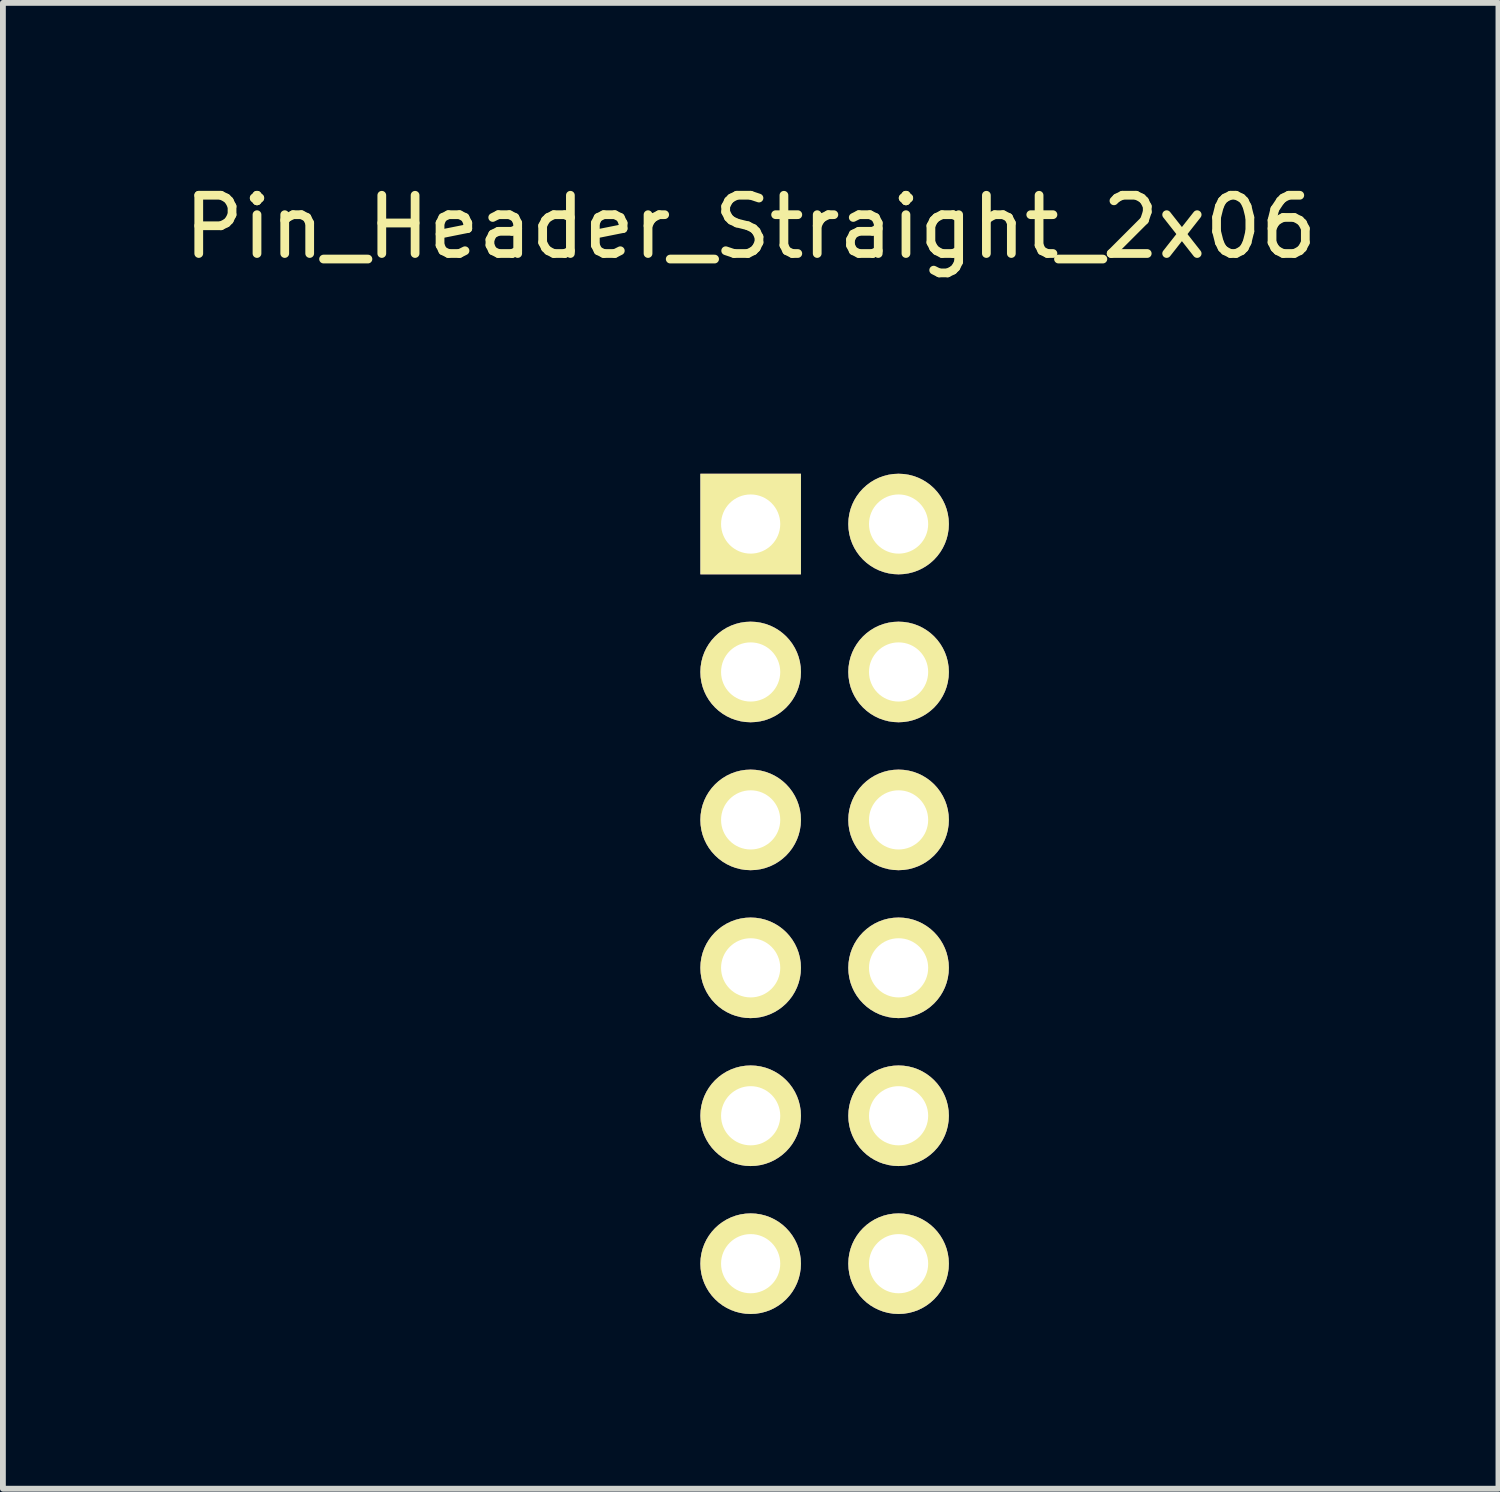
<source format=kicad_pcb>
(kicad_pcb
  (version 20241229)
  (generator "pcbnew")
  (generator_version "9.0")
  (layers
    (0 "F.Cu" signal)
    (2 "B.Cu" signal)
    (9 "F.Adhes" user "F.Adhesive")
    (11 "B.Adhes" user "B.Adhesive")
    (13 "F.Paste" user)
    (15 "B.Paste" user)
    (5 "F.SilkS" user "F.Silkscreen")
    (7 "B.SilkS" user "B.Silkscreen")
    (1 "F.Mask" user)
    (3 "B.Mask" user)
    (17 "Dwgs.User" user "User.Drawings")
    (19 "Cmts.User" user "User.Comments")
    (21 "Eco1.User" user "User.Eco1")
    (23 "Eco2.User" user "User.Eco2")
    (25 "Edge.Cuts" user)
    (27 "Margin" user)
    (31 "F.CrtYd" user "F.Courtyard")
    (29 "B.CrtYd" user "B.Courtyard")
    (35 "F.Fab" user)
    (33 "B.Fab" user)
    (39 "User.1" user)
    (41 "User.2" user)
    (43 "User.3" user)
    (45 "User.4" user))
  (footprint "Pin_Header_Straight_2x06"
    (layer "F.Cu")
    (at 9.839 5.948)
    (property "Reference" "Pin_Header_Straight_2x06" (at 0 -5.1 0) (layer "F.SilkS") (effects (font (size 1 1) (thickness 0.15))))
    (attr through_hole)
    (pad "1" thru_hole rect (at 0 0) (size 1.727 1.727) (drill 1.016) (layers "*.Cu" "*.Mask" "F.SilkS"))
    (pad "2" thru_hole oval (at 0 2.54) (size 1.727 1.727) (drill 1.016) (layers "*.Cu" "*.Mask" "F.SilkS"))
    (pad "3" thru_hole oval (at 0 5.08) (size 1.727 1.727) (drill 1.016) (layers "*.Cu" "*.Mask" "F.SilkS"))
    (pad "4" thru_hole oval (at 0 7.62) (size 1.727 1.727) (drill 1.016) (layers "*.Cu" "*.Mask" "F.SilkS"))
    (pad "5" thru_hole oval (at 0 10.16) (size 1.727 1.727) (drill 1.016) (layers "*.Cu" "*.Mask" "F.SilkS"))
    (pad "6" thru_hole oval (at 0 12.7) (size 1.727 1.727) (drill 1.016) (layers "*.Cu" "*.Mask" "F.SilkS"))
    (pad "7" thru_hole oval (at 2.54 0) (size 1.727 1.727) (drill 1.016) (layers "*.Cu" "*.Mask" "F.SilkS"))
    (pad "8" thru_hole oval (at 2.54 2.54) (size 1.727 1.727) (drill 1.016) (layers "*.Cu" "*.Mask" "F.SilkS"))
    (pad "9" thru_hole oval (at 2.54 5.08) (size 1.727 1.727) (drill 1.016) (layers "*.Cu" "*.Mask" "F.SilkS"))
    (pad "10" thru_hole oval (at 2.54 7.62) (size 1.727 1.727) (drill 1.016) (layers "*.Cu" "*.Mask" "F.SilkS"))
    (pad "11" thru_hole oval (at 2.54 10.16) (size 1.727 1.727) (drill 1.016) (layers "*.Cu" "*.Mask" "F.SilkS"))
    (pad "12" thru_hole oval (at 2.54 12.7) (size 1.727 1.727) (drill 1.016) (layers "*.Cu" "*.Mask" "F.SilkS")))
  (gr_rect
    (start -3 -3)
    (end 22.679 22.512)
    (stroke (width 0.1) (type default))
    (fill no)
    (layer "Edge.Cuts")))
</source>
